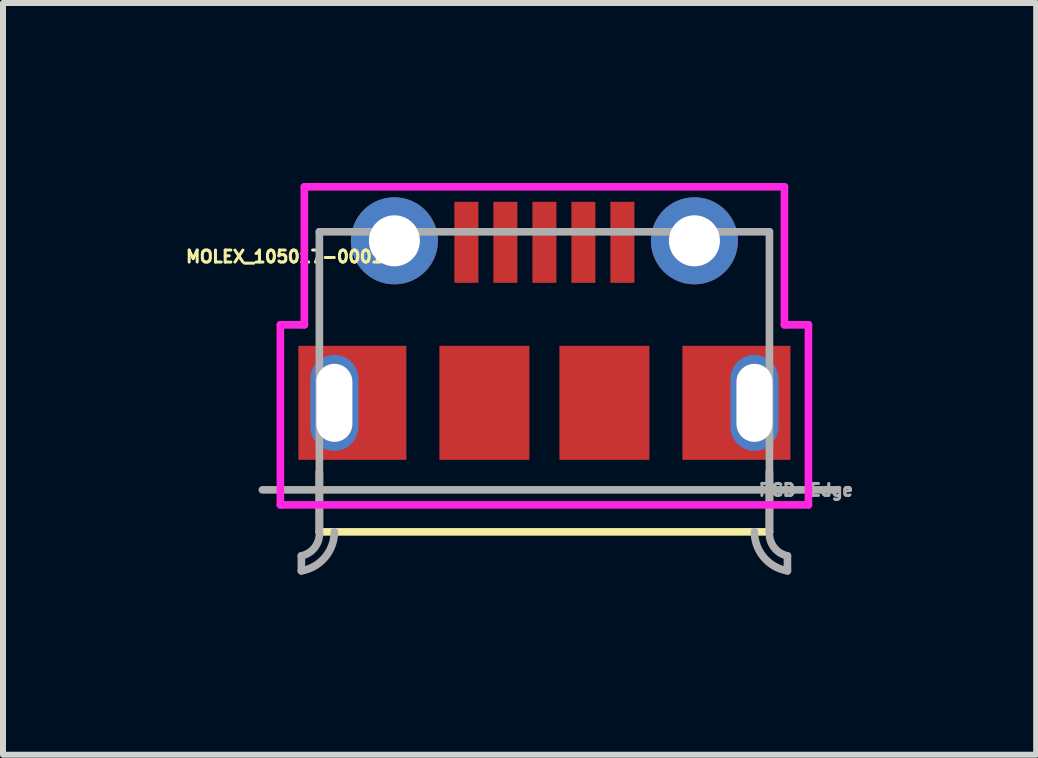
<source format=kicad_pcb>
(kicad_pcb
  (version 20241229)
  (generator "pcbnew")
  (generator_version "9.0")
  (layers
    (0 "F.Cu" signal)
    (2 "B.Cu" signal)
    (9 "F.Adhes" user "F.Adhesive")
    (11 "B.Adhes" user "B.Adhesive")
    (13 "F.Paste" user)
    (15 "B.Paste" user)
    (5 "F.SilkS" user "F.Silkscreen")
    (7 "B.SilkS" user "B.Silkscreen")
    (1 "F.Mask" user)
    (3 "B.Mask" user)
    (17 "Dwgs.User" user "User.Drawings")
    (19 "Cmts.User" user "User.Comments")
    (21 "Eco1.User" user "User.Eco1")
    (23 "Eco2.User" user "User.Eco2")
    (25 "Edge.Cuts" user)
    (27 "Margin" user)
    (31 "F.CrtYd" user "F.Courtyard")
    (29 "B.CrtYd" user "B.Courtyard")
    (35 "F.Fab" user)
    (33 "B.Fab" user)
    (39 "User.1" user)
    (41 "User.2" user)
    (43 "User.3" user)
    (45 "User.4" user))
  (footprint "MOLEX_105017-0001"
    (layer "F.Cu")
    (at 6.022 3.663)
    (property "Reference" "MOLEX_105017-0001" (at -4.329 -2.436 180) (layer "F.SilkS") (effects (font (size 0.2 0.2) (thickness 0.15))))
    (attr through_hole)
    (fp_line (start -3.75 1.15) (end -3.75 2.15) (stroke (width 0.127) (type solid)) (layer "F.SilkS"))
    (fp_line (start -3.75 2.15) (end 3.75 2.15) (stroke (width 0.127) (type solid)) (layer "F.SilkS"))
    (fp_line (start 3.75 1.15) (end 3.75 2.15) (stroke (width 0.127) (type solid)) (layer "F.SilkS"))
    (fp_line (start -4.4 -1.3) (end -4.4 1.7) (stroke (width 0.127) (type solid)) (layer "F.CrtYd"))
    (fp_line (start -4.4 1.7) (end 4.4 1.7) (stroke (width 0.127) (type solid)) (layer "F.CrtYd"))
    (fp_line (start -4 -3.6) (end -4 -1.3) (stroke (width 0.127) (type solid)) (layer "F.CrtYd"))
    (fp_line (start -4 -1.3) (end -4.4 -1.3) (stroke (width 0.127) (type solid)) (layer "F.CrtYd"))
    (fp_line (start 4 -3.6) (end -4 -3.6) (stroke (width 0.127) (type solid)) (layer "F.CrtYd"))
    (fp_line (start 4 -1.3) (end 4 -3.6) (stroke (width 0.127) (type solid)) (layer "F.CrtYd"))
    (fp_line (start 4.4 -1.3) (end 4 -1.3) (stroke (width 0.127) (type solid)) (layer "F.CrtYd"))
    (fp_line (start 4.4 1.7) (end 4.4 -1.3) (stroke (width 0.127) (type solid)) (layer "F.CrtYd"))
    (fp_line (start -4.7 1.45) (end 4.85 1.45) (stroke (width 0.127) (type solid)) (layer "F.Fab"))
    (fp_line (start -4.05 2.55) (end -4.05 2.8) (stroke (width 0.127) (type solid)) (layer "F.Fab"))
    (fp_line (start -3.75 -2.85) (end -3.75 2.15) (stroke (width 0.127) (type solid)) (layer "F.Fab"))
    (fp_line (start 3.75 -2.85) (end -3.75 -2.85) (stroke (width 0.127) (type solid)) (layer "F.Fab"))
    (fp_line (start 3.75 2.15) (end 3.75 -2.85) (stroke (width 0.127) (type solid)) (layer "F.Fab"))
    (fp_line (start 4.05 2.55) (end 4.05 2.8) (stroke (width 0.127) (type solid)) (layer "F.Fab"))
    (fp_arc (start -3.75 2.15) (mid -3.824721 2.406459) (end -4.05 2.55) (stroke (width 0.127) (type solid)) (layer "F.Fab"))
    (fp_arc (start -3.5 2.15) (mid -3.65671 2.575092) (end -4.05 2.8) (stroke (width 0.127) (type solid)) (layer "F.Fab"))
    (fp_arc (start 4.05 2.55) (mid 3.824721 2.406459) (end 3.75 2.15) (stroke (width 0.127) (type solid)) (layer "F.Fab"))
    (fp_arc (start 4.05 2.8) (mid 3.65671 2.575092) (end 3.5 2.15) (stroke (width 0.127) (type solid)) (layer "F.Fab"))
    (fp_text user "PCB-Edge" (at 4.358 1.453 0) (layer "F.Fab") (effects (font (size 0.2 0.2) (thickness 0.15))))
    (pad "1" smd rect (at -1.3 -2.675) (size 0.4 1.35) (layers "F.Cu" "F.Mask" "F.Paste"))
    (pad "2" smd rect (at -0.65 -2.675) (size 0.4 1.35) (layers "F.Cu" "F.Mask" "F.Paste"))
    (pad "3" smd rect (at 0 -2.675) (size 0.4 1.35) (layers "F.Cu" "F.Mask" "F.Paste"))
    (pad "4" smd rect (at 0.65 -2.675) (size 0.4 1.35) (layers "F.Cu" "F.Mask" "F.Paste"))
    (pad "5" smd rect (at 1.3 -2.675) (size 0.4 1.35) (layers "F.Cu" "F.Mask" "F.Paste"))
    (pad "P$1" thru_hole circle (at -2.5 -2.7) (size 1.45 1.45) (drill 0.85) (layers "*.Cu" "*.Mask"))
    (pad "P$2" thru_hole circle (at 2.5 -2.7) (size 1.45 1.45) (drill 0.85) (layers "*.Cu" "*.Mask"))
    (pad "P$8" smd rect (at -1 0) (size 1.5 1.9) (layers "F.Cu" "F.Mask" "F.Paste"))
    (pad "P$9" smd rect (at 1 0) (size 1.5 1.9) (layers "F.Cu" "F.Mask" "F.Paste"))
    (pad "P$10" smd rect (at -3.2 0) (size 1.8 1.9) (layers "F.Cu" "F.Mask" "F.Paste"))
    (pad "P$11" smd rect (at 3.2 0) (size 1.8 1.9) (layers "F.Cu" "F.Mask" "F.Paste"))
    (pad "P$12" thru_hole oval (at -3.5 0) (size 0.8 1.6) (drill oval 0.6 1.3) (layers "*.Cu" "*.Mask"))
    (pad "P$13" thru_hole oval (at 3.5 0) (size 0.8 1.6) (drill oval 0.6 1.3) (layers "*.Cu" "*.Mask")))
  (gr_rect
    (start -3 -3)
    (end 14.217 9.527)
    (stroke (width 0.1) (type default))
    (fill no)
    (layer "Edge.Cuts")))
</source>
